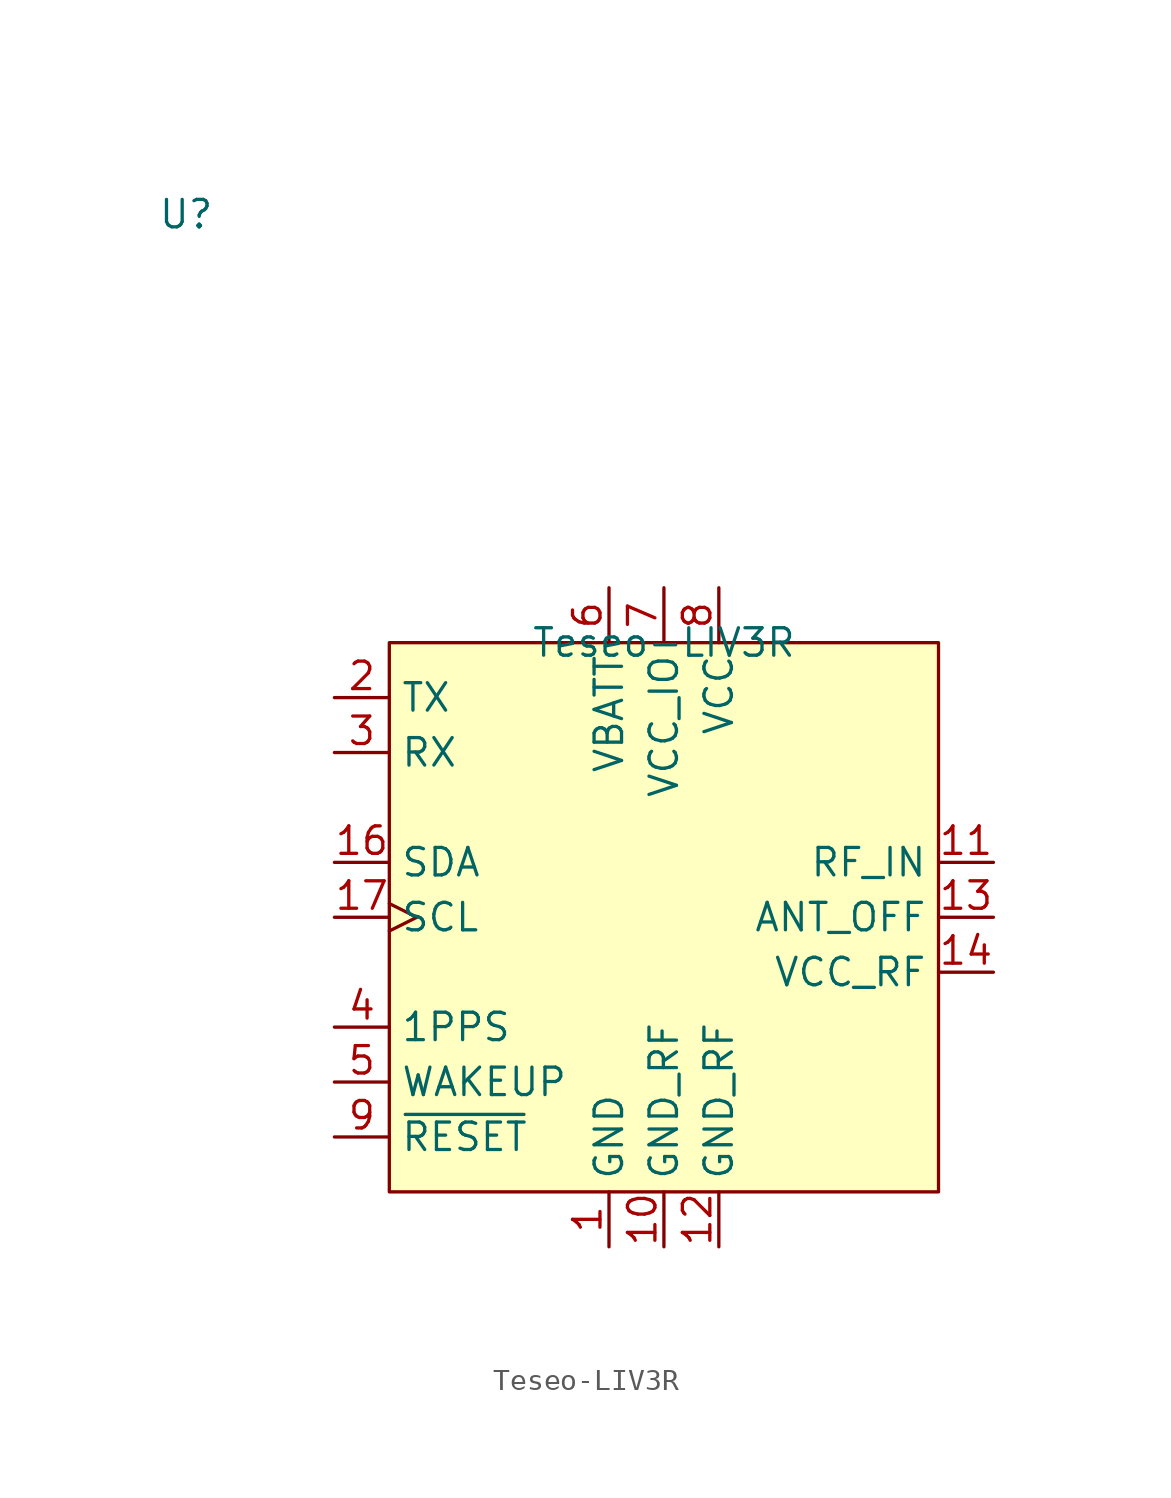
<source format=kicad_sym>
(kicad_symbol_lib
  (version 20241209)
  (generator "kicad_symbol_editor")
  (generator_version "9.0")
  (symbol "Teseo-LIV3R"
    (property "Reference" "U"
      (at -22.098 19.812 0)
      (effects (font (size 1.27 1.27))))
    (property "Value" "Teseo-LIV3R"
      (at 0 0 0)
      (effects (font (size 1.27 1.27))))
    (symbol "Teseo-LIV3R_0_0"
      (pin output line (at -15.24 -2.54 0) (length 2.54) (name "TX" (effects (font (size 1.27 1.27)))) (number "2" (effects (font (size 1.27 1.27)))))
      (pin input line (at -15.24 -5.08 0) (length 2.54) (name "RX" (effects (font (size 1.27 1.27)))) (number "3" (effects (font (size 1.27 1.27)))))
      (pin bidirectional line (at -15.24 -10.16 0) (length 2.54) (name "SDA" (effects (font (size 1.27 1.27)))) (number "16" (effects (font (size 1.27 1.27)))))
      (pin bidirectional clock (at -15.24 -12.7 0) (length 2.54) (name "SCL" (effects (font (size 1.27 1.27)))) (number "17" (effects (font (size 1.27 1.27)))))
      (pin output line (at -15.24 -17.78 0) (length 2.54) (name "1PPS" (effects (font (size 1.27 1.27)))) (number "4" (effects (font (size 1.27 1.27)))))
      (pin power_in line (at -2.54 2.54 270) (length 2.54) (name "VBATT" (effects (font (size 1.27 1.27)))) (number "6" (effects (font (size 1.27 1.27)))))
      (pin power_in line (at -2.54 -27.94 90) (length 2.54) (name "GND" (effects (font (size 1.27 1.27)))) (number "1" (effects (font (size 1.27 1.27)))))
      (pin power_in line (at 0 2.54 270) (length 2.54) (name "VCC_IO" (effects (font (size 1.27 1.27)))) (number "7" (effects (font (size 1.27 1.27)))))
      (pin power_in line (at 0 -27.94 90) (length 2.54) (name "GND_RF" (effects (font (size 1.27 1.27)))) (number "10" (effects (font (size 1.27 1.27)))))
      (pin power_in line (at 2.54 2.54 270) (length 2.54) (name "VCC" (effects (font (size 1.27 1.27)))) (number "8" (effects (font (size 1.27 1.27)))))
      (pin power_in line (at 2.54 -27.94 90) (length 2.54) (name "GND_RF" (effects (font (size 1.27 1.27)))) (number "12" (effects (font (size 1.27 1.27)))))
      (pin no_connect line (at 5.08 -27.94 90) (length 2.54) (hide yes) (name "RESERVED" (effects (font (size 1.27 1.27)))) (number "15" (effects (font (size 1.27 1.27)))))
      (pin no_connect line (at 7.62 -27.94 90) (length 2.54) (hide yes) (name "RESERVED" (effects (font (size 1.27 1.27)))) (number "18" (effects (font (size 1.27 1.27)))))
      (pin input line (at 15.24 -10.16 180) (length 2.54) (name "RF_IN" (effects (font (size 1.27 1.27)))) (number "11" (effects (font (size 1.27 1.27)))))
      (pin output line (at 15.24 -12.7 180) (length 2.54) (name "ANT_OFF" (effects (font (size 1.27 1.27)))) (number "13" (effects (font (size 1.27 1.27)))))
      (pin power_out line (at 15.24 -15.24 180) (length 2.54) (name "VCC_RF" (effects (font (size 1.27 1.27)))) (number "14" (effects (font (size 1.27 1.27))))))
    (symbol "Teseo-LIV3R_1_0"
      (pin input line (at -15.24 -20.32 0) (length 2.54) (name "WAKEUP" (effects (font (size 1.27 1.27)))) (number "5" (effects (font (size 1.27 1.27)))))
      (pin input line (at -15.24 -22.86 0) (length 2.54) (name "~{RESET}" (effects (font (size 1.27 1.27)))) (number "9" (effects (font (size 1.27 1.27))))))
    (symbol "Teseo-LIV3R_1_1"
      (rectangle (start -12.7 0) (end 12.7 -25.4) (stroke (width 0) (type solid)) (fill (type background))))))
</source>
